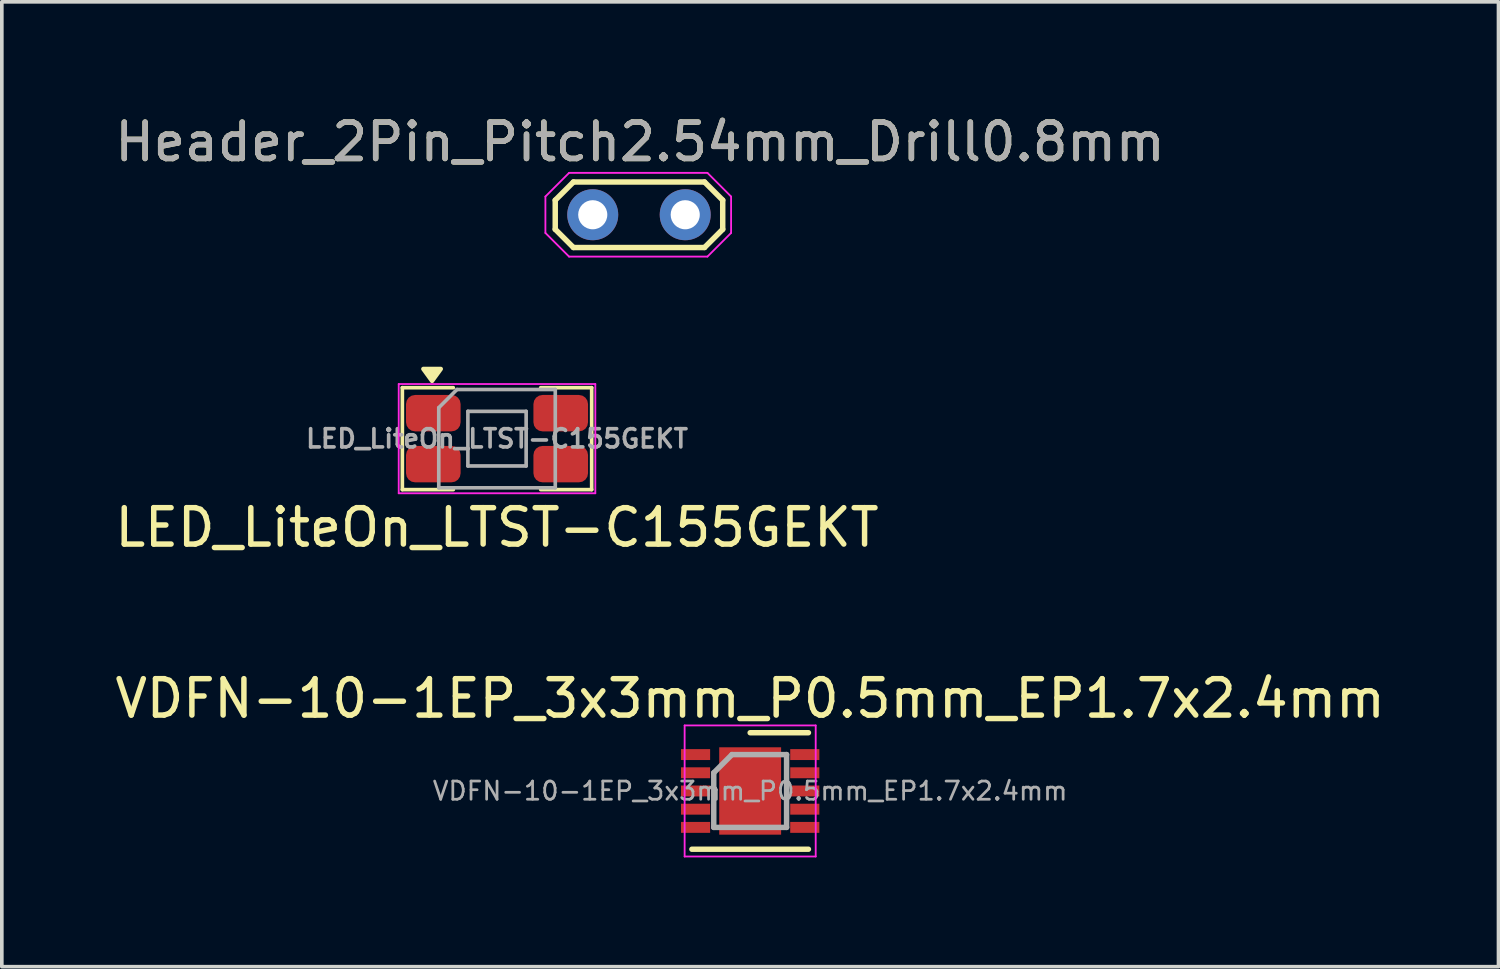
<source format=kicad_pcb>
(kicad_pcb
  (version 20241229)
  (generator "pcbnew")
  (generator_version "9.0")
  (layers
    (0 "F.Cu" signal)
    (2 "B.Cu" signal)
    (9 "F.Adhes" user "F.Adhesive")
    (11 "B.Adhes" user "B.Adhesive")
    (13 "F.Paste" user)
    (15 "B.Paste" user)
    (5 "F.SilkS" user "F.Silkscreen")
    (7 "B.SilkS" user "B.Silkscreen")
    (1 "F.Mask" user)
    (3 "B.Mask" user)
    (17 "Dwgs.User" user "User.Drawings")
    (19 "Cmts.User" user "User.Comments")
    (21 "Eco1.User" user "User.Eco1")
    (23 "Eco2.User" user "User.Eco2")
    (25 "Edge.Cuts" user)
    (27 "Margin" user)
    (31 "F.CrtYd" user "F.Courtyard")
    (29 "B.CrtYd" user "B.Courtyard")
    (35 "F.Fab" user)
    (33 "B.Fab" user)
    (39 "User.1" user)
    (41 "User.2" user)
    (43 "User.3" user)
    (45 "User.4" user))
  (footprint "LED_LiteOn_LTST-C155GEKT"
    (layer "F.Cu")
    (at 10.601 8.998)
    (property "Reference" "LED_LiteOn_LTST-C155GEKT" (at 0 2.44 0) (layer "F.SilkS") (effects (font (size 1 1) (thickness 0.15))))
    (attr smd)
    (fp_line (start -2.6 -1.4) (end -2.6 1.4) (stroke (width 0.1) (type default)) (layer "F.SilkS"))
    (fp_line (start -2.6 1.4) (end -1.2 1.4) (stroke (width 0.1) (type default)) (layer "F.SilkS"))
    (fp_line (start -1.2 -1.4) (end -2.6 -1.4) (stroke (width 0.1) (type default)) (layer "F.SilkS"))
    (fp_line (start 1.2 -1.4) (end 2.6 -1.4) (stroke (width 0.1) (type default)) (layer "F.SilkS"))
    (fp_line (start 2.6 -1.4) (end 2.6 1.4) (stroke (width 0.1) (type default)) (layer "F.SilkS"))
    (fp_line (start 2.6 1.4) (end 1.2 1.4) (stroke (width 0.1) (type default)) (layer "F.SilkS"))
    (fp_poly (pts (xy -1.784 -1.585) (xy -2.024 -1.915) (xy -1.544 -1.915) (xy -1.784 -1.585)) (stroke (width 0.12) (type solid)) (fill yes) (layer "F.SilkS"))
    (fp_line (start -2.7 -1.5) (end 2.7 -1.5) (stroke (width 0.05) (type solid)) (layer "F.CrtYd"))
    (fp_line (start -2.7 1.5) (end -2.7 -1.5) (stroke (width 0.05) (type solid)) (layer "F.CrtYd"))
    (fp_line (start 2.7 -1.5) (end 2.7 1.5) (stroke (width 0.05) (type solid)) (layer "F.CrtYd"))
    (fp_line (start 2.7 1.5) (end -2.7 1.5) (stroke (width 0.05) (type solid)) (layer "F.CrtYd"))
    (fp_line (start -1.6 -0.85) (end -1.6 1.35) (stroke (width 0.1) (type default)) (layer "F.Fab"))
    (fp_line (start -1.6 1.35) (end 1.6 1.35) (stroke (width 0.1) (type default)) (layer "F.Fab"))
    (fp_line (start -1.1 -1.35) (end -1.6 -0.85) (stroke (width 0.1) (type default)) (layer "F.Fab"))
    (fp_line (start -0.8 -0.75) (end 0.8 -0.75) (stroke (width 0.1) (type default)) (layer "F.Fab"))
    (fp_line (start -0.8 0.75) (end -0.8 -0.75) (stroke (width 0.1) (type default)) (layer "F.Fab"))
    (fp_line (start 0.8 -0.75) (end 0.8 0.75) (stroke (width 0.1) (type default)) (layer "F.Fab"))
    (fp_line (start 0.8 0.75) (end -0.8 0.75) (stroke (width 0.1) (type default)) (layer "F.Fab"))
    (fp_line (start 1.6 -1.35) (end -1.1 -1.35) (stroke (width 0.1) (type default)) (layer "F.Fab"))
    (fp_line (start 1.6 1.35) (end 1.6 -1.35) (stroke (width 0.1) (type default)) (layer "F.Fab"))
    (fp_text user "${REFERENCE}" (at 0 0 0) (layer "F.Fab") (effects (font (size 0.5 0.5) (thickness 0.1) (bold yes))))
    (pad "1" smd roundrect (at -1.75 -0.7 180) (size 1.5 1) (layers "F.Cu" "F.Mask" "F.Paste") (roundrect_rratio 0.25))
    (pad "2" smd roundrect (at -1.75 0.7 180) (size 1.5 1) (layers "F.Cu" "F.Mask" "F.Paste") (roundrect_rratio 0.25))
    (pad "3" smd roundrect (at 1.75 -0.7 180) (size 1.5 1) (layers "F.Cu" "F.Mask" "F.Paste") (roundrect_rratio 0.25))
    (pad "4" smd roundrect (at 1.75 0.7 180) (size 1.5 1) (layers "F.Cu" "F.Mask" "F.Paste") (roundrect_rratio 0.25)))
  (footprint "VDFN-10-1EP_3x3mm_P0.5mm_EP1.7x2.4mm"
    (layer "F.Cu")
    (at 17.554 18.675)
    (property "Reference" "VDFN-10-1EP_3x3mm_P0.5mm_EP1.7x2.4mm" (at 0 -2.54 0) (layer "F.SilkS") (effects (font (size 1 1) (thickness 0.15))))
    (attr smd)
    (fp_line (start -1.6 1.6) (end 1.6 1.6) (stroke (width 0.15) (type solid)) (layer "F.SilkS"))
    (fp_line (start 0 -1.6) (end 1.6 -1.6) (stroke (width 0.15) (type solid)) (layer "F.SilkS"))
    (fp_line (start -1.8 -1.8) (end -1.8 1.8) (stroke (width 0.05) (type solid)) (layer "F.CrtYd"))
    (fp_line (start -1.8 -1.8) (end 1.8 -1.8) (stroke (width 0.05) (type solid)) (layer "F.CrtYd"))
    (fp_line (start -1.8 1.8) (end 1.8 1.8) (stroke (width 0.05) (type solid)) (layer "F.CrtYd"))
    (fp_line (start 1.8 -1.8) (end 1.8 1.8) (stroke (width 0.05) (type solid)) (layer "F.CrtYd"))
    (fp_line (start -1 -0.5) (end -0.5 -1) (stroke (width 0.15) (type solid)) (layer "F.Fab"))
    (fp_line (start -1 1) (end -1 -0.5) (stroke (width 0.15) (type solid)) (layer "F.Fab"))
    (fp_line (start -0.5 -1) (end 1 -1) (stroke (width 0.15) (type solid)) (layer "F.Fab"))
    (fp_line (start 1 -1) (end 1 1) (stroke (width 0.15) (type solid)) (layer "F.Fab"))
    (fp_line (start 1 1) (end -1 1) (stroke (width 0.15) (type solid)) (layer "F.Fab"))
    (fp_text user "${REFERENCE}" (at 0 0 0) (layer "F.Fab") (effects (font (size 0.5 0.5) (thickness 0.075))))
    (pad "" smd rect (at 0 -0.425) (size 0.72 0.69) (layers "F.Paste"))
    (pad "" smd rect (at 0 0.425) (size 0.72 0.69) (layers "F.Paste"))
    (pad "1" smd rect (at -1.5 -1) (size 0.8 0.3) (layers "F.Cu" "F.Mask" "F.Paste"))
    (pad "2" smd rect (at -1.5 -0.5) (size 0.8 0.3) (layers "F.Cu" "F.Mask" "F.Paste"))
    (pad "3" smd rect (at -1.5 0) (size 0.8 0.3) (layers "F.Cu" "F.Mask" "F.Paste"))
    (pad "4" smd rect (at -1.5 0.5) (size 0.8 0.3) (layers "F.Cu" "F.Mask" "F.Paste"))
    (pad "5" smd rect (at -1.5 1) (size 0.8 0.3) (layers "F.Cu" "F.Mask" "F.Paste"))
    (pad "6" smd rect (at 1.5 1) (size 0.8 0.3) (layers "F.Cu" "F.Mask" "F.Paste"))
    (pad "7" smd rect (at 1.5 0.5) (size 0.8 0.3) (layers "F.Cu" "F.Mask" "F.Paste"))
    (pad "8" smd rect (at 1.5 0) (size 0.8 0.3) (layers "F.Cu" "F.Mask" "F.Paste"))
    (pad "9" smd rect (at 1.5 -0.5) (size 0.8 0.3) (layers "F.Cu" "F.Mask" "F.Paste"))
    (pad "10" smd rect (at 1.5 -1) (size 0.8 0.3) (layers "F.Cu" "F.Mask" "F.Paste"))
    (pad "11" smd rect (at 0 0) (size 1.7 2.4) (layers "F.Cu" "F.Mask")))
  (footprint "Header_2Pin_Pitch2.54mm_Drill0.8mm"
    (layer "F.Cu")
    (at 13.23 2.848)
    (property "Reference" "Header_2Pin_Pitch2.54mm_Drill0.8mm" (at 1.3 -2 0) (layer "F.SilkS") (effects (font (size 1 1) (thickness 0.15))))
    (attr exclude_from_pos_files exclude_from_bom)
    (fp_line (start -1.03 -0.4) (end -0.53 -0.9) (stroke (width 0.15) (type solid)) (layer "F.SilkS"))
    (fp_line (start -1.03 0.4) (end -1.03 -0.4) (stroke (width 0.15) (type solid)) (layer "F.SilkS"))
    (fp_line (start -0.53 -0.9) (end 3.07 -0.9) (stroke (width 0.15) (type solid)) (layer "F.SilkS"))
    (fp_line (start -0.53 0.9) (end -1.03 0.4) (stroke (width 0.15) (type solid)) (layer "F.SilkS"))
    (fp_line (start 3.07 -0.9) (end 3.57 -0.4) (stroke (width 0.15) (type solid)) (layer "F.SilkS"))
    (fp_line (start 3.07 0.9) (end -0.53 0.9) (stroke (width 0.15) (type solid)) (layer "F.SilkS"))
    (fp_line (start 3.57 -0.4) (end 3.57 0.4) (stroke (width 0.15) (type solid)) (layer "F.SilkS"))
    (fp_line (start 3.57 0.4) (end 3.07 0.9) (stroke (width 0.15) (type solid)) (layer "F.SilkS"))
    (fp_line (start -1.3 -0.5) (end -1.3 0.5) (stroke (width 0.05) (type solid)) (layer "F.CrtYd"))
    (fp_line (start -1.3 0.5) (end -0.65 1.15) (stroke (width 0.05) (type solid)) (layer "F.CrtYd"))
    (fp_line (start -0.65 -1.15) (end -1.3 -0.5) (stroke (width 0.05) (type solid)) (layer "F.CrtYd"))
    (fp_line (start -0.65 1.15) (end 3.15 1.15) (stroke (width 0.05) (type solid)) (layer "F.CrtYd"))
    (fp_line (start 3.15 -1.15) (end -0.65 -1.15) (stroke (width 0.05) (type solid)) (layer "F.CrtYd"))
    (fp_line (start 3.15 1.15) (end 3.8 0.5) (stroke (width 0.05) (type solid)) (layer "F.CrtYd"))
    (fp_line (start 3.8 -0.5) (end 3.15 -1.15) (stroke (width 0.05) (type solid)) (layer "F.CrtYd"))
    (fp_line (start 3.8 0.5) (end 3.8 -0.5) (stroke (width 0.05) (type solid)) (layer "F.CrtYd"))
    (fp_text user "${REFERENCE}" (at 1.3 -2 0) (layer "F.Fab") (effects (font (size 1 1) (thickness 0.15))))
    (pad "1" thru_hole circle (at 0 0) (size 1.4 1.4) (drill 0.8) (layers "*.Cu" "*.Mask"))
    (pad "2" thru_hole circle (at 2.54 0) (size 1.4 1.4) (drill 0.8) (layers "*.Cu" "*.Mask")))
  (gr_rect
    (start -3 -3)
    (end 38.107 23.5)
    (stroke (width 0.1) (type default))
    (fill no)
    (layer "Edge.Cuts")))
</source>
